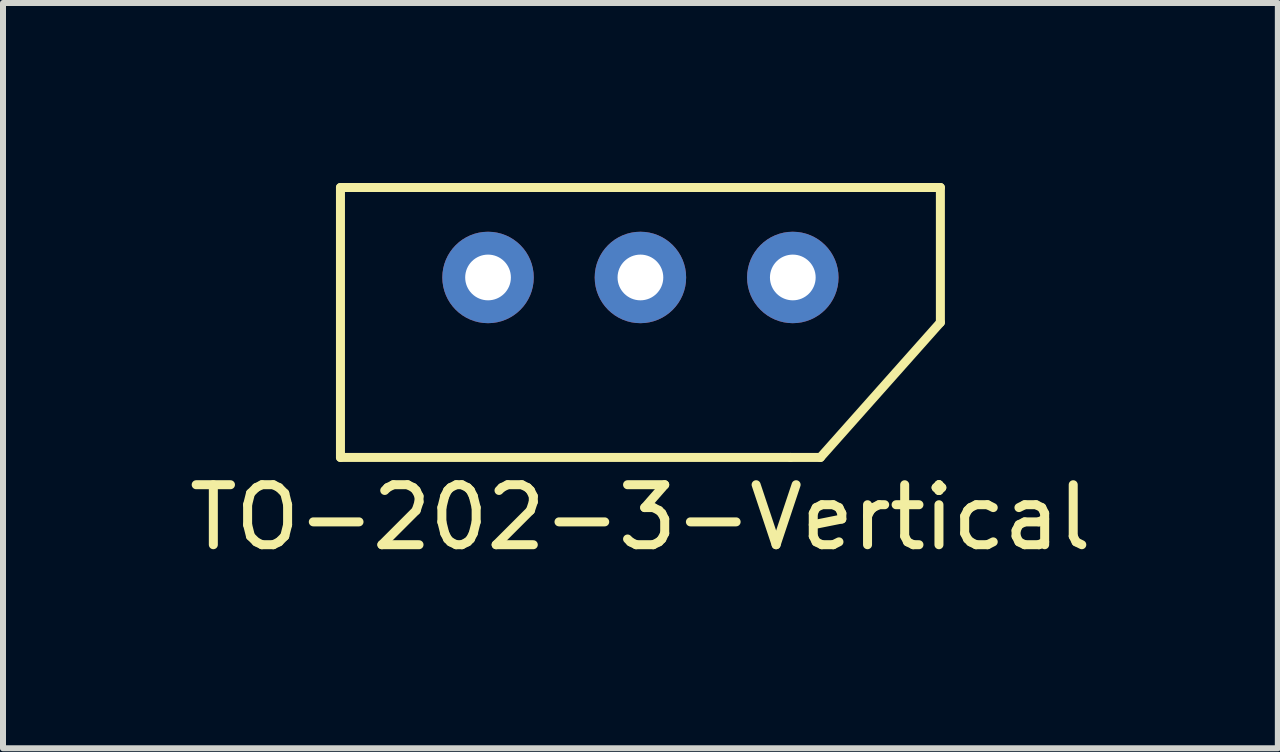
<source format=kicad_pcb>
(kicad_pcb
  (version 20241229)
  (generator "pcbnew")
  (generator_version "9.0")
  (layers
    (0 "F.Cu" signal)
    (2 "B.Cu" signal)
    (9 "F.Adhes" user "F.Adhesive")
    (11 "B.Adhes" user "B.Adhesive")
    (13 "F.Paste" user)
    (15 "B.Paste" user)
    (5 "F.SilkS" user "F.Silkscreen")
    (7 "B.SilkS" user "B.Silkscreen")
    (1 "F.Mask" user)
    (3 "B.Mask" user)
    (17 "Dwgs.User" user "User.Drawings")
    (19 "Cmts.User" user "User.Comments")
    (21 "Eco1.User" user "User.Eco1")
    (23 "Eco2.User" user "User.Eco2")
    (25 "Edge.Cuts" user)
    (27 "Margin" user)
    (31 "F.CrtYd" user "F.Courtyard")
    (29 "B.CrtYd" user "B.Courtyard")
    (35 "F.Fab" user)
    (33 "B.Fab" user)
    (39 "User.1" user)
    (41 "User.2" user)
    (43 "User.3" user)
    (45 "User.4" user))
  (footprint "TO-202-3-Vertical"
    (layer "F.Cu")
    (at 7.625 1.575)
    (property "Reference" "TO-202-3-Vertical" (at 0 4 0) (layer "F.SilkS") (effects (font (size 1 1) (thickness 0.15))))
    (attr through_hole)
    (fp_line (start -5 -1.5) (end -5 3) (stroke (width 0.15) (type solid)) (layer "F.SilkS"))
    (fp_line (start -5 -1.5) (end 5 -1.5) (stroke (width 0.15) (type solid)) (layer "F.SilkS"))
    (fp_line (start -5 3) (end 2.5 3) (stroke (width 0.15) (type solid)) (layer "F.SilkS"))
    (fp_line (start 2.5 3) (end 3 3) (stroke (width 0.15) (type solid)) (layer "F.SilkS"))
    (fp_line (start 3 3) (end 5 0.75) (stroke (width 0.15) (type solid)) (layer "F.SilkS"))
    (fp_line (start 5 0.75) (end 5 -1.5) (stroke (width 0.15) (type solid)) (layer "F.SilkS"))
    (pad "1" thru_hole circle (at -2.54 0) (size 1.524 1.524) (drill 0.762) (layers "*.Cu" "*.Mask"))
    (pad "2" thru_hole circle (at 0 0) (size 1.524 1.524) (drill 0.762) (layers "*.Cu" "*.Mask"))
    (pad "3" thru_hole circle (at 2.54 0) (size 1.524 1.524) (drill 0.762) (layers "*.Cu" "*.Mask")))
  (gr_rect
    (start -3 -3)
    (end 18.25 9.423)
    (stroke (width 0.1) (type default))
    (fill no)
    (layer "Edge.Cuts")))
</source>
